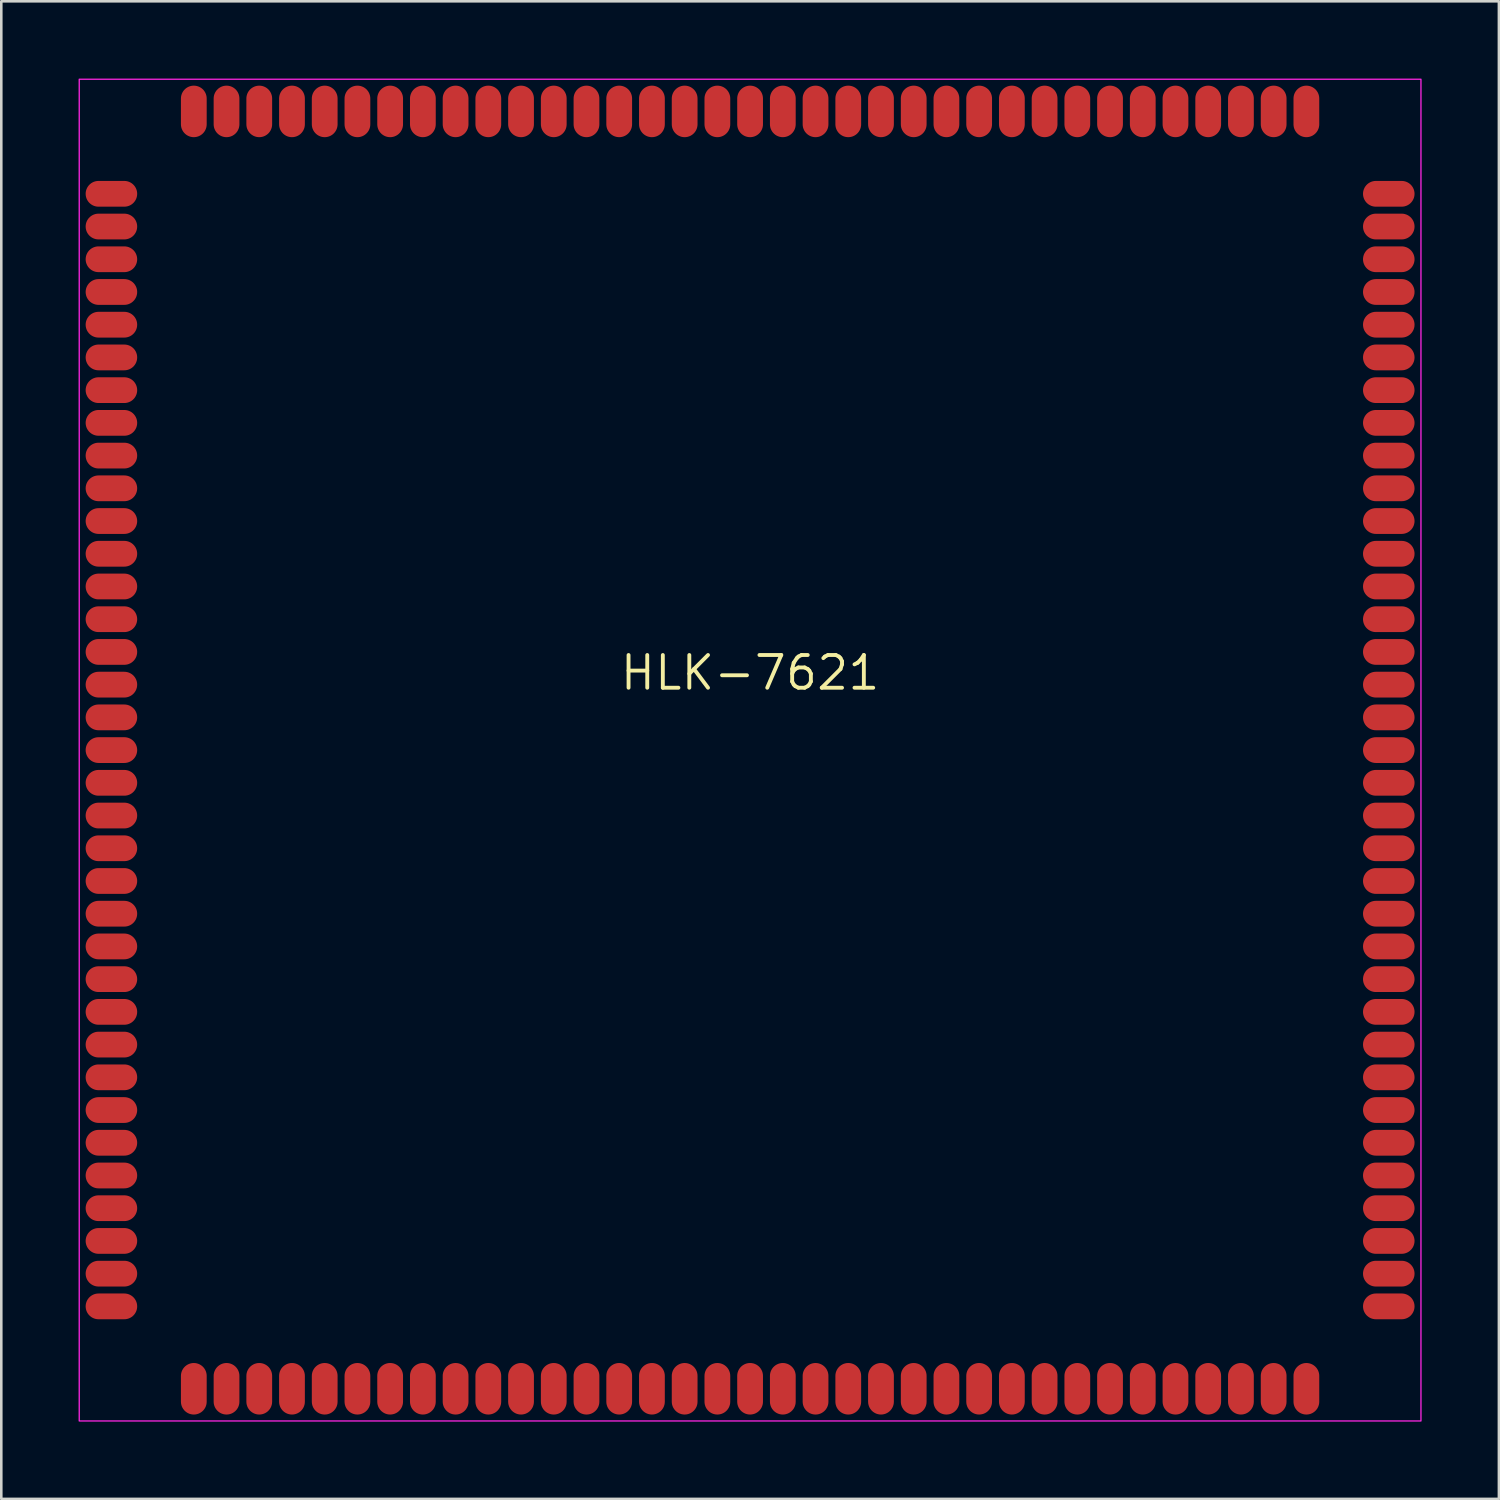
<source format=kicad_pcb>
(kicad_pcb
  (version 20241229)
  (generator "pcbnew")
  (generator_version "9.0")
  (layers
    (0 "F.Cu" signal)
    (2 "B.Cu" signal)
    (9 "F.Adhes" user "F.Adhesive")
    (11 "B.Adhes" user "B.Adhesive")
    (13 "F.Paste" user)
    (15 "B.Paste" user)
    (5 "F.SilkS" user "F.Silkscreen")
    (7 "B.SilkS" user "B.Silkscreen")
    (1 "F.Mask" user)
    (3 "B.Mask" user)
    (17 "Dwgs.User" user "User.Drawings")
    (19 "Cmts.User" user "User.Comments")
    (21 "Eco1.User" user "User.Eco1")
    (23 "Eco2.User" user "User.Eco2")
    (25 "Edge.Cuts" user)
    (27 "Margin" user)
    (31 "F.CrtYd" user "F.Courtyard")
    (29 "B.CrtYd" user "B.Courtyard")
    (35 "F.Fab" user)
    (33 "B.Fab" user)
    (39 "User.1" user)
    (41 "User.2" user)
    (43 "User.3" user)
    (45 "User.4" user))
  (footprint "HLK-7621"
    (layer "F.Cu")
    (at 26.062 26.062)
    (property "Reference" "HLK-7621" (at 0 -3 0) (layer "F.SilkS") (effects (font (size 1.27 1.27) (thickness 0.15))))
    (attr smd)
    (fp_rect (start -26.037 -26.037) (end 26.037 26.037) (stroke (width 0.05) (type solid)) (fill no) (layer "F.CrtYd"))
    (pad "1" smd oval (at -24.788 21.59) (size 2 1) (layers "F.Cu" "F.Mask" "F.Paste"))
    (pad "2" smd oval (at -24.788 20.32) (size 2 1) (layers "F.Cu" "F.Mask" "F.Paste"))
    (pad "3" smd oval (at -24.788 19.05) (size 2 1) (layers "F.Cu" "F.Mask" "F.Paste"))
    (pad "4" smd oval (at -24.788 17.78) (size 2 1) (layers "F.Cu" "F.Mask" "F.Paste"))
    (pad "5" smd oval (at -24.788 16.51) (size 2 1) (layers "F.Cu" "F.Mask" "F.Paste"))
    (pad "6" smd oval (at -24.788 15.24) (size 2 1) (layers "F.Cu" "F.Mask" "F.Paste"))
    (pad "7" smd oval (at -24.788 13.97) (size 2 1) (layers "F.Cu" "F.Mask" "F.Paste"))
    (pad "8" smd oval (at -24.788 12.7) (size 2 1) (layers "F.Cu" "F.Mask" "F.Paste"))
    (pad "9" smd oval (at -24.788 11.43) (size 2 1) (layers "F.Cu" "F.Mask" "F.Paste"))
    (pad "10" smd oval (at -24.788 10.16) (size 2 1) (layers "F.Cu" "F.Mask" "F.Paste"))
    (pad "11" smd oval (at -24.788 8.89) (size 2 1) (layers "F.Cu" "F.Mask" "F.Paste"))
    (pad "12" smd oval (at -24.788 7.62) (size 2 1) (layers "F.Cu" "F.Mask" "F.Paste"))
    (pad "13" smd oval (at -24.788 6.35) (size 2 1) (layers "F.Cu" "F.Mask" "F.Paste"))
    (pad "14" smd oval (at -24.788 5.08) (size 2 1) (layers "F.Cu" "F.Mask" "F.Paste"))
    (pad "15" smd oval (at -24.788 3.81) (size 2 1) (layers "F.Cu" "F.Mask" "F.Paste"))
    (pad "16" smd oval (at -24.788 2.54) (size 2 1) (layers "F.Cu" "F.Mask" "F.Paste"))
    (pad "17" smd oval (at -24.788 1.27) (size 2 1) (layers "F.Cu" "F.Mask" "F.Paste"))
    (pad "18" smd oval (at -24.788 -0.0001) (size 2 1) (layers "F.Cu" "F.Mask" "F.Paste"))
    (pad "19" smd oval (at -24.788 -1.27) (size 2 1) (layers "F.Cu" "F.Mask" "F.Paste"))
    (pad "20" smd oval (at -24.788 -2.54) (size 2 1) (layers "F.Cu" "F.Mask" "F.Paste"))
    (pad "21" smd oval (at -24.788 -3.81) (size 2 1) (layers "F.Cu" "F.Mask" "F.Paste"))
    (pad "22" smd oval (at -24.788 -5.08) (size 2 1) (layers "F.Cu" "F.Mask" "F.Paste"))
    (pad "23" smd oval (at -24.788 -6.35) (size 2 1) (layers "F.Cu" "F.Mask" "F.Paste"))
    (pad "24" smd oval (at -24.788 -7.62) (size 2 1) (layers "F.Cu" "F.Mask" "F.Paste"))
    (pad "25" smd oval (at -24.788 -8.89) (size 2 1) (layers "F.Cu" "F.Mask" "F.Paste"))
    (pad "26" smd oval (at -24.788 -10.16) (size 2 1) (layers "F.Cu" "F.Mask" "F.Paste"))
    (pad "27" smd oval (at -24.788 -11.43) (size 2 1) (layers "F.Cu" "F.Mask" "F.Paste"))
    (pad "28" smd oval (at -24.788 -12.7) (size 2 1) (layers "F.Cu" "F.Mask" "F.Paste"))
    (pad "29" smd oval (at -24.788 -13.97) (size 2 1) (layers "F.Cu" "F.Mask" "F.Paste"))
    (pad "30" smd oval (at -24.788 -15.24) (size 2 1) (layers "F.Cu" "F.Mask" "F.Paste"))
    (pad "31" smd oval (at -24.788 -16.51) (size 2 1) (layers "F.Cu" "F.Mask" "F.Paste"))
    (pad "32" smd oval (at -24.788 -17.78) (size 2 1) (layers "F.Cu" "F.Mask" "F.Paste"))
    (pad "33" smd oval (at -24.788 -19.05) (size 2 1) (layers "F.Cu" "F.Mask" "F.Paste"))
    (pad "34" smd oval (at -24.788 -20.32) (size 2 1) (layers "F.Cu" "F.Mask" "F.Paste"))
    (pad "35" smd oval (at -24.788 -21.59) (size 2 1) (layers "F.Cu" "F.Mask" "F.Paste"))
    (pad "36" smd oval (at -21.59 -24.788) (size 1 2) (layers "F.Cu" "F.Mask" "F.Paste"))
    (pad "37" smd oval (at -20.32 -24.788) (size 1 2) (layers "F.Cu" "F.Mask" "F.Paste"))
    (pad "38" smd oval (at -19.05 -24.788) (size 1 2) (layers "F.Cu" "F.Mask" "F.Paste"))
    (pad "39" smd oval (at -17.78 -24.788) (size 1 2) (layers "F.Cu" "F.Mask" "F.Paste"))
    (pad "40" smd oval (at -16.51 -24.788) (size 1 2) (layers "F.Cu" "F.Mask" "F.Paste"))
    (pad "41" smd oval (at -15.24 -24.788) (size 1 2) (layers "F.Cu" "F.Mask" "F.Paste"))
    (pad "42" smd oval (at -13.97 -24.788) (size 1 2) (layers "F.Cu" "F.Mask" "F.Paste"))
    (pad "43" smd oval (at -12.7 -24.788) (size 1 2) (layers "F.Cu" "F.Mask" "F.Paste"))
    (pad "44" smd oval (at -11.43 -24.788) (size 1 2) (layers "F.Cu" "F.Mask" "F.Paste"))
    (pad "45" smd oval (at -10.16 -24.788) (size 1 2) (layers "F.Cu" "F.Mask" "F.Paste"))
    (pad "46" smd oval (at -8.89 -24.788) (size 1 2) (layers "F.Cu" "F.Mask" "F.Paste"))
    (pad "47" smd oval (at -7.62 -24.788) (size 1 2) (layers "F.Cu" "F.Mask" "F.Paste"))
    (pad "48" smd oval (at -6.35 -24.788) (size 1 2) (layers "F.Cu" "F.Mask" "F.Paste"))
    (pad "49" smd oval (at -5.08 -24.788) (size 1 2) (layers "F.Cu" "F.Mask" "F.Paste"))
    (pad "50" smd oval (at -3.81 -24.788) (size 1 2) (layers "F.Cu" "F.Mask" "F.Paste"))
    (pad "51" smd oval (at -2.54 -24.788) (size 1 2) (layers "F.Cu" "F.Mask" "F.Paste"))
    (pad "52" smd oval (at -1.27 -24.788) (size 1 2) (layers "F.Cu" "F.Mask" "F.Paste"))
    (pad "53" smd oval (at -0.0001 -24.788) (size 1 2) (layers "F.Cu" "F.Mask" "F.Paste"))
    (pad "54" smd oval (at 1.27 -24.788) (size 1 2) (layers "F.Cu" "F.Mask" "F.Paste"))
    (pad "55" smd oval (at 2.54 -24.788) (size 1 2) (layers "F.Cu" "F.Mask" "F.Paste"))
    (pad "56" smd oval (at 3.81 -24.788) (size 1 2) (layers "F.Cu" "F.Mask" "F.Paste"))
    (pad "57" smd oval (at 5.08 -24.788) (size 1 2) (layers "F.Cu" "F.Mask" "F.Paste"))
    (pad "58" smd oval (at 6.35 -24.788) (size 1 2) (layers "F.Cu" "F.Mask" "F.Paste"))
    (pad "59" smd oval (at 7.62 -24.788) (size 1 2) (layers "F.Cu" "F.Mask" "F.Paste"))
    (pad "60" smd oval (at 8.89 -24.788) (size 1 2) (layers "F.Cu" "F.Mask" "F.Paste"))
    (pad "61" smd oval (at 10.16 -24.788) (size 1 2) (layers "F.Cu" "F.Mask" "F.Paste"))
    (pad "62" smd oval (at 11.43 -24.788) (size 1 2) (layers "F.Cu" "F.Mask" "F.Paste"))
    (pad "63" smd oval (at 12.7 -24.788) (size 1 2) (layers "F.Cu" "F.Mask" "F.Paste"))
    (pad "64" smd oval (at 13.97 -24.788) (size 1 2) (layers "F.Cu" "F.Mask" "F.Paste"))
    (pad "65" smd oval (at 15.24 -24.788) (size 1 2) (layers "F.Cu" "F.Mask" "F.Paste"))
    (pad "66" smd oval (at 16.51 -24.788) (size 1 2) (layers "F.Cu" "F.Mask" "F.Paste"))
    (pad "67" smd oval (at 17.78 -24.788) (size 1 2) (layers "F.Cu" "F.Mask" "F.Paste"))
    (pad "68" smd oval (at 19.05 -24.788) (size 1 2) (layers "F.Cu" "F.Mask" "F.Paste"))
    (pad "69" smd oval (at 20.32 -24.788) (size 1 2) (layers "F.Cu" "F.Mask" "F.Paste"))
    (pad "70" smd oval (at 21.59 -24.788) (size 1 2) (layers "F.Cu" "F.Mask" "F.Paste"))
    (pad "71" smd oval (at 24.788 -21.59) (size 2 1) (layers "F.Cu" "F.Mask" "F.Paste"))
    (pad "72" smd oval (at 24.788 -20.32) (size 2 1) (layers "F.Cu" "F.Mask" "F.Paste"))
    (pad "73" smd oval (at 24.788 -19.05) (size 2 1) (layers "F.Cu" "F.Mask" "F.Paste"))
    (pad "74" smd oval (at 24.788 -17.78) (size 2 1) (layers "F.Cu" "F.Mask" "F.Paste"))
    (pad "75" smd oval (at 24.788 -16.51) (size 2 1) (layers "F.Cu" "F.Mask" "F.Paste"))
    (pad "76" smd oval (at 24.788 -15.24) (size 2 1) (layers "F.Cu" "F.Mask" "F.Paste"))
    (pad "77" smd oval (at 24.788 -13.97) (size 2 1) (layers "F.Cu" "F.Mask" "F.Paste"))
    (pad "78" smd oval (at 24.788 -12.7) (size 2 1) (layers "F.Cu" "F.Mask" "F.Paste"))
    (pad "79" smd oval (at 24.788 -11.43) (size 2 1) (layers "F.Cu" "F.Mask" "F.Paste"))
    (pad "80" smd oval (at 24.788 -10.16) (size 2 1) (layers "F.Cu" "F.Mask" "F.Paste"))
    (pad "81" smd oval (at 24.788 -8.89) (size 2 1) (layers "F.Cu" "F.Mask" "F.Paste"))
    (pad "82" smd oval (at 24.788 -7.62) (size 2 1) (layers "F.Cu" "F.Mask" "F.Paste"))
    (pad "83" smd oval (at 24.788 -6.35) (size 2 1) (layers "F.Cu" "F.Mask" "F.Paste"))
    (pad "84" smd oval (at 24.788 -5.08) (size 2 1) (layers "F.Cu" "F.Mask" "F.Paste"))
    (pad "85" smd oval (at 24.788 -3.81) (size 2 1) (layers "F.Cu" "F.Mask" "F.Paste"))
    (pad "86" smd oval (at 24.788 -2.54) (size 2 1) (layers "F.Cu" "F.Mask" "F.Paste"))
    (pad "87" smd oval (at 24.788 -1.27) (size 2 1) (layers "F.Cu" "F.Mask" "F.Paste"))
    (pad "88" smd oval (at 24.788 -0.0001) (size 2 1) (layers "F.Cu" "F.Mask" "F.Paste"))
    (pad "89" smd oval (at 24.788 1.27) (size 2 1) (layers "F.Cu" "F.Mask" "F.Paste"))
    (pad "90" smd oval (at 24.788 2.54) (size 2 1) (layers "F.Cu" "F.Mask" "F.Paste"))
    (pad "91" smd oval (at 24.788 3.81) (size 2 1) (layers "F.Cu" "F.Mask" "F.Paste"))
    (pad "92" smd oval (at 24.788 5.08) (size 2 1) (layers "F.Cu" "F.Mask" "F.Paste"))
    (pad "93" smd oval (at 24.788 6.35) (size 2 1) (layers "F.Cu" "F.Mask" "F.Paste"))
    (pad "94" smd oval (at 24.788 7.62) (size 2 1) (layers "F.Cu" "F.Mask" "F.Paste"))
    (pad "95" smd oval (at 24.788 8.89) (size 2 1) (layers "F.Cu" "F.Mask" "F.Paste"))
    (pad "96" smd oval (at 24.788 10.16) (size 2 1) (layers "F.Cu" "F.Mask" "F.Paste"))
    (pad "97" smd oval (at 24.788 11.43) (size 2 1) (layers "F.Cu" "F.Mask" "F.Paste"))
    (pad "98" smd oval (at 24.788 12.7) (size 2 1) (layers "F.Cu" "F.Mask" "F.Paste"))
    (pad "99" smd oval (at 24.788 13.97) (size 2 1) (layers "F.Cu" "F.Mask" "F.Paste"))
    (pad "100" smd oval (at 24.788 15.24) (size 2 1) (layers "F.Cu" "F.Mask" "F.Paste"))
    (pad "101" smd oval (at 24.788 16.51) (size 2 1) (layers "F.Cu" "F.Mask" "F.Paste"))
    (pad "102" smd oval (at 24.788 17.78) (size 2 1) (layers "F.Cu" "F.Mask" "F.Paste"))
    (pad "103" smd oval (at 24.788 19.05) (size 2 1) (layers "F.Cu" "F.Mask" "F.Paste"))
    (pad "104" smd oval (at 24.788 20.32) (size 2 1) (layers "F.Cu" "F.Mask" "F.Paste"))
    (pad "105" smd oval (at 24.788 21.59) (size 2 1) (layers "F.Cu" "F.Mask" "F.Paste"))
    (pad "106" smd oval (at 21.59 24.788) (size 1 2) (layers "F.Cu" "F.Mask" "F.Paste"))
    (pad "107" smd oval (at 20.32 24.788) (size 1 2) (layers "F.Cu" "F.Mask" "F.Paste"))
    (pad "108" smd oval (at 19.05 24.788) (size 1 2) (layers "F.Cu" "F.Mask" "F.Paste"))
    (pad "109" smd oval (at 17.78 24.788) (size 1 2) (layers "F.Cu" "F.Mask" "F.Paste"))
    (pad "110" smd oval (at 16.51 24.788) (size 1 2) (layers "F.Cu" "F.Mask" "F.Paste"))
    (pad "111" smd oval (at 15.24 24.788) (size 1 2) (layers "F.Cu" "F.Mask" "F.Paste"))
    (pad "112" smd oval (at 13.97 24.788) (size 1 2) (layers "F.Cu" "F.Mask" "F.Paste"))
    (pad "113" smd oval (at 12.7 24.788) (size 1 2) (layers "F.Cu" "F.Mask" "F.Paste"))
    (pad "114" smd oval (at 11.43 24.788) (size 1 2) (layers "F.Cu" "F.Mask" "F.Paste"))
    (pad "115" smd oval (at 10.16 24.788) (size 1 2) (layers "F.Cu" "F.Mask" "F.Paste"))
    (pad "116" smd oval (at 8.89 24.788) (size 1 2) (layers "F.Cu" "F.Mask" "F.Paste"))
    (pad "117" smd oval (at 7.62 24.788) (size 1 2) (layers "F.Cu" "F.Mask" "F.Paste"))
    (pad "118" smd oval (at 6.35 24.788) (size 1 2) (layers "F.Cu" "F.Mask" "F.Paste"))
    (pad "119" smd oval (at 5.08 24.788) (size 1 2) (layers "F.Cu" "F.Mask" "F.Paste"))
    (pad "120" smd oval (at 3.81 24.788) (size 1 2) (layers "F.Cu" "F.Mask" "F.Paste"))
    (pad "121" smd oval (at 2.54 24.788) (size 1 2) (layers "F.Cu" "F.Mask" "F.Paste"))
    (pad "122" smd oval (at 1.27 24.788) (size 1 2) (layers "F.Cu" "F.Mask" "F.Paste"))
    (pad "123" smd oval (at -0.0001 24.788) (size 1 2) (layers "F.Cu" "F.Mask" "F.Paste"))
    (pad "124" smd oval (at -1.27 24.788) (size 1 2) (layers "F.Cu" "F.Mask" "F.Paste"))
    (pad "125" smd oval (at -2.54 24.788) (size 1 2) (layers "F.Cu" "F.Mask" "F.Paste"))
    (pad "126" smd oval (at -3.81 24.788) (size 1 2) (layers "F.Cu" "F.Mask" "F.Paste"))
    (pad "127" smd oval (at -5.08 24.788) (size 1 2) (layers "F.Cu" "F.Mask" "F.Paste"))
    (pad "128" smd oval (at -6.35 24.788) (size 1 2) (layers "F.Cu" "F.Mask" "F.Paste"))
    (pad "129" smd oval (at -7.62 24.788) (size 1 2) (layers "F.Cu" "F.Mask" "F.Paste"))
    (pad "130" smd oval (at -8.89 24.788) (size 1 2) (layers "F.Cu" "F.Mask" "F.Paste"))
    (pad "131" smd oval (at -10.16 24.788) (size 1 2) (layers "F.Cu" "F.Mask" "F.Paste"))
    (pad "132" smd oval (at -11.43 24.788) (size 1 2) (layers "F.Cu" "F.Mask" "F.Paste"))
    (pad "133" smd oval (at -12.7 24.788) (size 1 2) (layers "F.Cu" "F.Mask" "F.Paste"))
    (pad "134" smd oval (at -13.97 24.788) (size 1 2) (layers "F.Cu" "F.Mask" "F.Paste"))
    (pad "135" smd oval (at -15.24 24.788) (size 1 2) (layers "F.Cu" "F.Mask" "F.Paste"))
    (pad "136" smd oval (at -16.51 24.788) (size 1 2) (layers "F.Cu" "F.Mask" "F.Paste"))
    (pad "137" smd oval (at -17.78 24.788) (size 1 2) (layers "F.Cu" "F.Mask" "F.Paste"))
    (pad "138" smd oval (at -19.05 24.788) (size 1 2) (layers "F.Cu" "F.Mask" "F.Paste"))
    (pad "139" smd oval (at -20.32 24.788) (size 1 2) (layers "F.Cu" "F.Mask" "F.Paste"))
    (pad "140" smd oval (at -21.59 24.788) (size 1 2) (layers "F.Cu" "F.Mask" "F.Paste")))
  (gr_rect
    (start -3 -3)
    (end 55.124 55.124)
    (stroke (width 0.1) (type default))
    (fill no)
    (layer "Edge.Cuts")))
</source>
